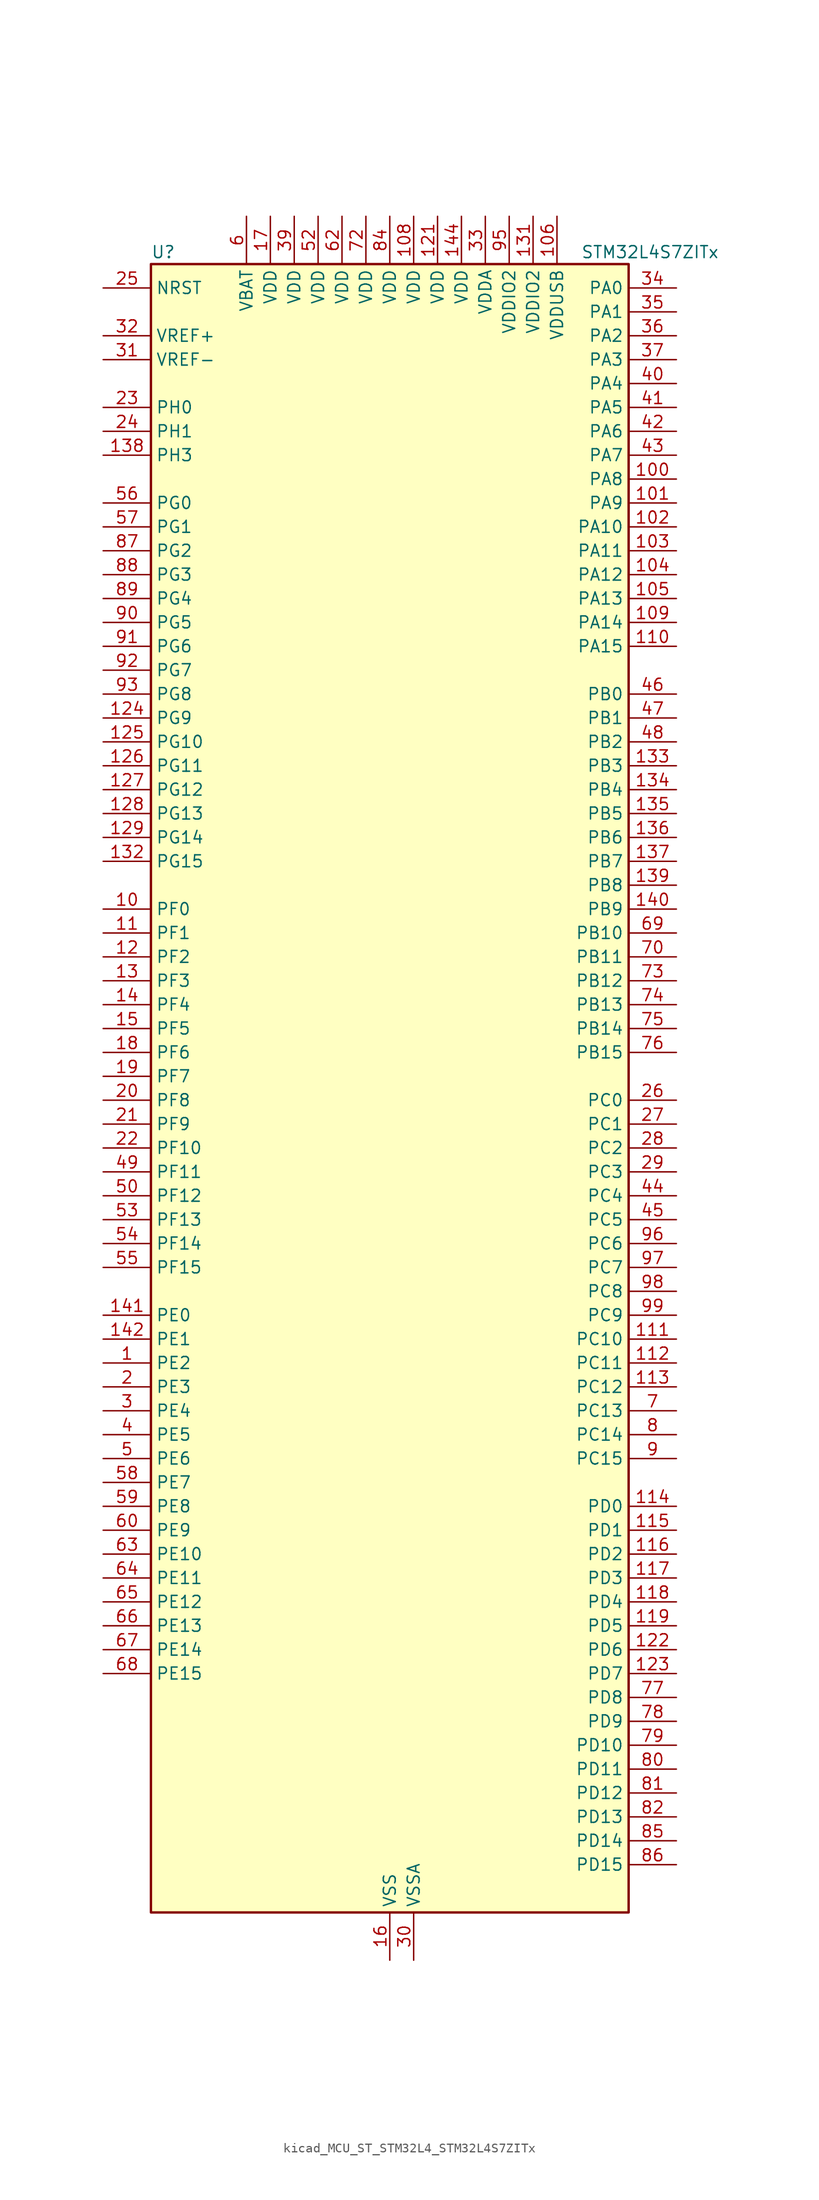
<source format=kicad_sym>
(kicad_symbol_lib
  (version 20220914)
  (generator kicad_symbol_editor)
  (symbol "kicad_MCU_ST_STM32L4_STM32L4S7ZITx"
    (property "Reference" "U"
      (at -25.4 90.17 0)
      (effects (font (size 1.27 1.27)) (justify left)))
    (property "Value" "STM32L4S7ZITx"
      (at 20.32 90.17 0)
      (effects (font (size 1.27 1.27)) (justify left)))
    (property "ki_locked" ""
      (at 0 0 0)
      (effects (font (size 1.27 1.27))))
    (symbol "kicad_MCU_ST_STM32L4_STM32L4S7ZITx_0_1"
      (rectangle (start -25.4 -86.36) (end 25.4 88.9) (stroke (width 0.254) (type default)) (fill (type background))))
    (symbol "kicad_MCU_ST_STM32L4_STM32L4S7ZITx_1_1"
      (pin bidirectional line (at -30.48 -27.94 0) (length 5.08) (name "PE2" (effects (font (size 1.27 1.27)))) (number "1" (effects (font (size 1.27 1.27)))) (alternate "FMC_A23" bidirectional line) (alternate "LTDC_R0" bidirectional line) (alternate "SAI1_CK1" bidirectional line) (alternate "SAI1_MCLK_A" bidirectional line) (alternate "SYS_TRACECLK" bidirectional line) (alternate "TIM3_ETR" bidirectional line) (alternate "TSC_G7_IO1" bidirectional line))
      (pin bidirectional line (at -30.48 20.32 0) (length 5.08) (name "PF0" (effects (font (size 1.27 1.27)))) (number "10" (effects (font (size 1.27 1.27)))) (alternate "FMC_A0" bidirectional line) (alternate "I2C2_SDA" bidirectional line) (alternate "OCTOSPIM_P2_IO0" bidirectional line))
      (pin bidirectional line (at 30.48 66.04 180) (length 5.08) (name "PA8" (effects (font (size 1.27 1.27)))) (number "100" (effects (font (size 1.27 1.27)))) (alternate "LPTIM2_OUT" bidirectional line) (alternate "RCC_MCO" bidirectional line) (alternate "SAI1_CK2" bidirectional line) (alternate "SAI1_SCK_A" bidirectional line) (alternate "TIM1_CH1" bidirectional line) (alternate "USART1_CK" bidirectional line) (alternate "USB_OTG_FS_SOF" bidirectional line))
      (pin bidirectional line (at 30.48 63.5 180) (length 5.08) (name "PA9" (effects (font (size 1.27 1.27)))) (number "101" (effects (font (size 1.27 1.27)))) (alternate "DAC1_EXTI9" bidirectional line) (alternate "DCMI_D0" bidirectional line) (alternate "SAI1_FS_A" bidirectional line) (alternate "SPI2_SCK" bidirectional line) (alternate "TIM15_BKIN" bidirectional line) (alternate "TIM1_CH2" bidirectional line) (alternate "USART1_TX" bidirectional line) (alternate "USB_OTG_FS_VBUS" bidirectional line))
      (pin bidirectional line (at 30.48 60.96 180) (length 5.08) (name "PA10" (effects (font (size 1.27 1.27)))) (number "102" (effects (font (size 1.27 1.27)))) (alternate "DCMI_D1" bidirectional line) (alternate "SAI1_D1" bidirectional line) (alternate "SAI1_SD_A" bidirectional line) (alternate "TIM17_BKIN" bidirectional line) (alternate "TIM1_CH3" bidirectional line) (alternate "USART1_RX" bidirectional line) (alternate "USB_OTG_FS_ID" bidirectional line))
      (pin bidirectional line (at 30.48 58.42 180) (length 5.08) (name "PA11" (effects (font (size 1.27 1.27)))) (number "103" (effects (font (size 1.27 1.27)))) (alternate "ADC1_EXTI11" bidirectional line) (alternate "CAN1_RX" bidirectional line) (alternate "SPI1_MISO" bidirectional line) (alternate "TIM1_BKIN2" bidirectional line) (alternate "TIM1_CH4" bidirectional line) (alternate "USART1_CTS" bidirectional line) (alternate "USART1_NSS" bidirectional line) (alternate "USB_OTG_FS_DM" bidirectional line))
      (pin bidirectional line (at 30.48 55.88 180) (length 5.08) (name "PA12" (effects (font (size 1.27 1.27)))) (number "104" (effects (font (size 1.27 1.27)))) (alternate "CAN1_TX" bidirectional line) (alternate "SPI1_MOSI" bidirectional line) (alternate "TIM1_ETR" bidirectional line) (alternate "USART1_DE" bidirectional line) (alternate "USART1_RTS" bidirectional line) (alternate "USB_OTG_FS_DP" bidirectional line))
      (pin bidirectional line (at 30.48 53.34 180) (length 5.08) (name "PA13" (effects (font (size 1.27 1.27)))) (number "105" (effects (font (size 1.27 1.27)))) (alternate "IR_OUT" bidirectional line) (alternate "SAI1_SD_B" bidirectional line) (alternate "SYS_JTMS-SWDIO" bidirectional line) (alternate "USB_OTG_FS_NOE" bidirectional line))
      (pin power_in line (at 17.78 93.98 270) (length 5.08) (name "VDDUSB" (effects (font (size 1.27 1.27)))) (number "106" (effects (font (size 1.27 1.27)))))
      (pin passive line (at 0 -91.44 90) (length 5.08) hide (name "VSS" (effects (font (size 1.27 1.27)))) (number "107" (effects (font (size 1.27 1.27)))))
      (pin power_in line (at 2.54 93.98 270) (length 5.08) (name "VDD" (effects (font (size 1.27 1.27)))) (number "108" (effects (font (size 1.27 1.27)))))
      (pin bidirectional line (at 30.48 50.8 180) (length 5.08) (name "PA14" (effects (font (size 1.27 1.27)))) (number "109" (effects (font (size 1.27 1.27)))) (alternate "I2C1_SMBA" bidirectional line) (alternate "I2C4_SMBA" bidirectional line) (alternate "LPTIM1_OUT" bidirectional line) (alternate "SAI1_FS_B" bidirectional line) (alternate "SYS_JTCK-SWCLK" bidirectional line) (alternate "USB_OTG_FS_SOF" bidirectional line))
      (pin bidirectional line (at -30.48 17.78 0) (length 5.08) (name "PF1" (effects (font (size 1.27 1.27)))) (number "11" (effects (font (size 1.27 1.27)))) (alternate "FMC_A1" bidirectional line) (alternate "I2C2_SCL" bidirectional line) (alternate "OCTOSPIM_P2_IO1" bidirectional line))
      (pin bidirectional line (at 30.48 48.26 180) (length 5.08) (name "PA15" (effects (font (size 1.27 1.27)))) (number "110" (effects (font (size 1.27 1.27)))) (alternate "ADC1_EXTI15" bidirectional line) (alternate "SAI2_FS_B" bidirectional line) (alternate "SPI1_NSS" bidirectional line) (alternate "SPI3_NSS" bidirectional line) (alternate "SYS_JTDI" bidirectional line) (alternate "TIM2_CH1" bidirectional line) (alternate "TIM2_ETR" bidirectional line) (alternate "TSC_G3_IO1" bidirectional line) (alternate "UART4_DE" bidirectional line) (alternate "UART4_RTS" bidirectional line) (alternate "USART2_RX" bidirectional line) (alternate "USART3_DE" bidirectional line) (alternate "USART3_RTS" bidirectional line))
      (pin bidirectional line (at 30.48 -25.4 180) (length 5.08) (name "PC10" (effects (font (size 1.27 1.27)))) (number "111" (effects (font (size 1.27 1.27)))) (alternate "DCMI_D8" bidirectional line) (alternate "SAI2_SCK_B" bidirectional line) (alternate "SDMMC1_D2" bidirectional line) (alternate "SPI3_SCK" bidirectional line) (alternate "SYS_TRACED1" bidirectional line) (alternate "TSC_G3_IO2" bidirectional line) (alternate "UART4_TX" bidirectional line) (alternate "USART3_TX" bidirectional line))
      (pin bidirectional line (at 30.48 -27.94 180) (length 5.08) (name "PC11" (effects (font (size 1.27 1.27)))) (number "112" (effects (font (size 1.27 1.27)))) (alternate "ADC1_EXTI11" bidirectional line) (alternate "DCMI_D2" bidirectional line) (alternate "DCMI_D4" bidirectional line) (alternate "OCTOSPIM_P1_NCS" bidirectional line) (alternate "SAI2_MCLK_B" bidirectional line) (alternate "SDMMC1_D3" bidirectional line) (alternate "SPI3_MISO" bidirectional line) (alternate "TSC_G3_IO3" bidirectional line) (alternate "UART4_RX" bidirectional line) (alternate "USART3_RX" bidirectional line))
      (pin bidirectional line (at 30.48 -30.48 180) (length 5.08) (name "PC12" (effects (font (size 1.27 1.27)))) (number "113" (effects (font (size 1.27 1.27)))) (alternate "DCMI_D9" bidirectional line) (alternate "SAI2_SD_B" bidirectional line) (alternate "SDMMC1_CK" bidirectional line) (alternate "SPI3_MOSI" bidirectional line) (alternate "SYS_TRACED3" bidirectional line) (alternate "TSC_G3_IO4" bidirectional line) (alternate "UART5_TX" bidirectional line) (alternate "USART3_CK" bidirectional line))
      (pin bidirectional line (at 30.48 -43.18 180) (length 5.08) (name "PD0" (effects (font (size 1.27 1.27)))) (number "114" (effects (font (size 1.27 1.27)))) (alternate "CAN1_RX" bidirectional line) (alternate "DFSDM1_DATIN7" bidirectional line) (alternate "FMC_D2" bidirectional line) (alternate "FMC_DA2" bidirectional line) (alternate "LTDC_B4" bidirectional line) (alternate "SPI2_NSS" bidirectional line))
      (pin bidirectional line (at 30.48 -45.72 180) (length 5.08) (name "PD1" (effects (font (size 1.27 1.27)))) (number "115" (effects (font (size 1.27 1.27)))) (alternate "CAN1_TX" bidirectional line) (alternate "DFSDM1_CKIN7" bidirectional line) (alternate "FMC_D3" bidirectional line) (alternate "FMC_DA3" bidirectional line) (alternate "LTDC_B5" bidirectional line) (alternate "SPI2_SCK" bidirectional line))
      (pin bidirectional line (at 30.48 -48.26 180) (length 5.08) (name "PD2" (effects (font (size 1.27 1.27)))) (number "116" (effects (font (size 1.27 1.27)))) (alternate "DCMI_D11" bidirectional line) (alternate "SDMMC1_CMD" bidirectional line) (alternate "SYS_TRACED2" bidirectional line) (alternate "TIM3_ETR" bidirectional line) (alternate "TSC_SYNC" bidirectional line) (alternate "UART5_RX" bidirectional line) (alternate "USART3_DE" bidirectional line) (alternate "USART3_RTS" bidirectional line))
      (pin bidirectional line (at 30.48 -50.8 180) (length 5.08) (name "PD3" (effects (font (size 1.27 1.27)))) (number "117" (effects (font (size 1.27 1.27)))) (alternate "DCMI_D5" bidirectional line) (alternate "DFSDM1_DATIN0" bidirectional line) (alternate "FMC_CLK" bidirectional line) (alternate "LTDC_CLK" bidirectional line) (alternate "OCTOSPIM_P2_NCS" bidirectional line) (alternate "SPI2_MISO" bidirectional line) (alternate "SPI2_SCK" bidirectional line) (alternate "USART2_CTS" bidirectional line) (alternate "USART2_NSS" bidirectional line))
      (pin bidirectional line (at 30.48 -53.34 180) (length 5.08) (name "PD4" (effects (font (size 1.27 1.27)))) (number "118" (effects (font (size 1.27 1.27)))) (alternate "DFSDM1_CKIN0" bidirectional line) (alternate "FMC_NOE" bidirectional line) (alternate "OCTOSPIM_P1_IO4" bidirectional line) (alternate "SPI2_MOSI" bidirectional line) (alternate "USART2_DE" bidirectional line) (alternate "USART2_RTS" bidirectional line))
      (pin bidirectional line (at 30.48 -55.88 180) (length 5.08) (name "PD5" (effects (font (size 1.27 1.27)))) (number "119" (effects (font (size 1.27 1.27)))) (alternate "FMC_NWE" bidirectional line) (alternate "OCTOSPIM_P1_IO5" bidirectional line) (alternate "USART2_TX" bidirectional line))
      (pin bidirectional line (at -30.48 15.24 0) (length 5.08) (name "PF2" (effects (font (size 1.27 1.27)))) (number "12" (effects (font (size 1.27 1.27)))) (alternate "FMC_A2" bidirectional line) (alternate "I2C2_SMBA" bidirectional line) (alternate "OCTOSPIM_P2_IO2" bidirectional line))
      (pin passive line (at 0 -91.44 90) (length 5.08) hide (name "VSS" (effects (font (size 1.27 1.27)))) (number "120" (effects (font (size 1.27 1.27)))))
      (pin power_in line (at 5.08 93.98 270) (length 5.08) (name "VDD" (effects (font (size 1.27 1.27)))) (number "121" (effects (font (size 1.27 1.27)))))
      (pin bidirectional line (at 30.48 -58.42 180) (length 5.08) (name "PD6" (effects (font (size 1.27 1.27)))) (number "122" (effects (font (size 1.27 1.27)))) (alternate "DCMI_D10" bidirectional line) (alternate "DFSDM1_DATIN1" bidirectional line) (alternate "FMC_NWAIT" bidirectional line) (alternate "LTDC_DE" bidirectional line) (alternate "OCTOSPIM_P1_IO6" bidirectional line) (alternate "SAI1_D1" bidirectional line) (alternate "SAI1_SD_A" bidirectional line) (alternate "SPI3_MOSI" bidirectional line) (alternate "USART2_RX" bidirectional line))
      (pin bidirectional line (at 30.48 -60.96 180) (length 5.08) (name "PD7" (effects (font (size 1.27 1.27)))) (number "123" (effects (font (size 1.27 1.27)))) (alternate "DFSDM1_CKIN1" bidirectional line) (alternate "FMC_NCE" bidirectional line) (alternate "FMC_NE1" bidirectional line) (alternate "OCTOSPIM_P1_IO7" bidirectional line) (alternate "USART2_CK" bidirectional line))
      (pin bidirectional line (at -30.48 40.64 0) (length 5.08) (name "PG9" (effects (font (size 1.27 1.27)))) (number "124" (effects (font (size 1.27 1.27)))) (alternate "DAC1_EXTI9" bidirectional line) (alternate "FMC_NCE" bidirectional line) (alternate "FMC_NE2" bidirectional line) (alternate "OCTOSPIM_P2_IO6" bidirectional line) (alternate "SAI2_SCK_A" bidirectional line) (alternate "SPI3_SCK" bidirectional line) (alternate "TIM15_CH1N" bidirectional line) (alternate "USART1_TX" bidirectional line))
      (pin bidirectional line (at -30.48 38.1 0) (length 5.08) (name "PG10" (effects (font (size 1.27 1.27)))) (number "125" (effects (font (size 1.27 1.27)))) (alternate "FMC_NE3" bidirectional line) (alternate "LPTIM1_IN1" bidirectional line) (alternate "OCTOSPIM_P2_IO7" bidirectional line) (alternate "SAI2_FS_A" bidirectional line) (alternate "SPI3_MISO" bidirectional line) (alternate "TIM15_CH1" bidirectional line) (alternate "USART1_RX" bidirectional line))
      (pin bidirectional line (at -30.48 35.56 0) (length 5.08) (name "PG11" (effects (font (size 1.27 1.27)))) (number "126" (effects (font (size 1.27 1.27)))) (alternate "ADC1_EXTI11" bidirectional line) (alternate "LPTIM1_IN2" bidirectional line) (alternate "OCTOSPIM_P1_IO5" bidirectional line) (alternate "SAI2_MCLK_A" bidirectional line) (alternate "SPI3_MOSI" bidirectional line) (alternate "TIM15_CH2" bidirectional line) (alternate "USART1_CTS" bidirectional line) (alternate "USART1_NSS" bidirectional line))
      (pin bidirectional line (at -30.48 33.02 0) (length 5.08) (name "PG12" (effects (font (size 1.27 1.27)))) (number "127" (effects (font (size 1.27 1.27)))) (alternate "FMC_NE4" bidirectional line) (alternate "LPTIM1_ETR" bidirectional line) (alternate "OCTOSPIM_P2_NCS" bidirectional line) (alternate "SAI2_SD_A" bidirectional line) (alternate "SPI3_NSS" bidirectional line) (alternate "USART1_DE" bidirectional line) (alternate "USART1_RTS" bidirectional line))
      (pin bidirectional line (at -30.48 30.48 0) (length 5.08) (name "PG13" (effects (font (size 1.27 1.27)))) (number "128" (effects (font (size 1.27 1.27)))) (alternate "FMC_A24" bidirectional line) (alternate "I2C1_SDA" bidirectional line) (alternate "LTDC_R0" bidirectional line) (alternate "USART1_CK" bidirectional line))
      (pin bidirectional line (at -30.48 27.94 0) (length 5.08) (name "PG14" (effects (font (size 1.27 1.27)))) (number "129" (effects (font (size 1.27 1.27)))) (alternate "FMC_A25" bidirectional line) (alternate "I2C1_SCL" bidirectional line) (alternate "LTDC_R1" bidirectional line))
      (pin bidirectional line (at -30.48 12.7 0) (length 5.08) (name "PF3" (effects (font (size 1.27 1.27)))) (number "13" (effects (font (size 1.27 1.27)))) (alternate "FMC_A3" bidirectional line) (alternate "OCTOSPIM_P2_IO3" bidirectional line))
      (pin passive line (at 0 -91.44 90) (length 5.08) hide (name "VSS" (effects (font (size 1.27 1.27)))) (number "130" (effects (font (size 1.27 1.27)))))
      (pin power_in line (at 15.24 93.98 270) (length 5.08) (name "VDDIO2" (effects (font (size 1.27 1.27)))) (number "131" (effects (font (size 1.27 1.27)))))
      (pin bidirectional line (at -30.48 25.4 0) (length 5.08) (name "PG15" (effects (font (size 1.27 1.27)))) (number "132" (effects (font (size 1.27 1.27)))) (alternate "ADC1_EXTI15" bidirectional line) (alternate "DCMI_D13" bidirectional line) (alternate "I2C1_SMBA" bidirectional line) (alternate "LPTIM1_OUT" bidirectional line) (alternate "OCTOSPIM_P2_DQS" bidirectional line))
      (pin bidirectional line (at 30.48 35.56 180) (length 5.08) (name "PB3" (effects (font (size 1.27 1.27)))) (number "133" (effects (font (size 1.27 1.27)))) (alternate "COMP2_INM" bidirectional line) (alternate "CRS_SYNC" bidirectional line) (alternate "SAI1_SCK_B" bidirectional line) (alternate "SPI1_SCK" bidirectional line) (alternate "SPI3_SCK" bidirectional line) (alternate "SYS_JTDO-SWO" bidirectional line) (alternate "TIM2_CH2" bidirectional line) (alternate "USART1_DE" bidirectional line) (alternate "USART1_RTS" bidirectional line))
      (pin bidirectional line (at 30.48 33.02 180) (length 5.08) (name "PB4" (effects (font (size 1.27 1.27)))) (number "134" (effects (font (size 1.27 1.27)))) (alternate "COMP2_INP" bidirectional line) (alternate "DCMI_D12" bidirectional line) (alternate "I2C3_SDA" bidirectional line) (alternate "SAI1_MCLK_B" bidirectional line) (alternate "SPI1_MISO" bidirectional line) (alternate "SPI3_MISO" bidirectional line) (alternate "SYS_JTRST" bidirectional line) (alternate "TIM17_BKIN" bidirectional line) (alternate "TIM3_CH1" bidirectional line) (alternate "TSC_G2_IO1" bidirectional line) (alternate "UART5_DE" bidirectional line) (alternate "UART5_RTS" bidirectional line) (alternate "USART1_CTS" bidirectional line) (alternate "USART1_NSS" bidirectional line))
      (pin bidirectional line (at 30.48 30.48 180) (length 5.08) (name "PB5" (effects (font (size 1.27 1.27)))) (number "135" (effects (font (size 1.27 1.27)))) (alternate "COMP2_OUT" bidirectional line) (alternate "DCMI_D10" bidirectional line) (alternate "I2C1_SMBA" bidirectional line) (alternate "LPTIM1_IN1" bidirectional line) (alternate "SAI1_SD_B" bidirectional line) (alternate "SPI1_MOSI" bidirectional line) (alternate "SPI3_MOSI" bidirectional line) (alternate "TIM16_BKIN" bidirectional line) (alternate "TIM3_CH2" bidirectional line) (alternate "TSC_G2_IO2" bidirectional line) (alternate "UART5_CTS" bidirectional line) (alternate "USART1_CK" bidirectional line))
      (pin bidirectional line (at 30.48 27.94 180) (length 5.08) (name "PB6" (effects (font (size 1.27 1.27)))) (number "136" (effects (font (size 1.27 1.27)))) (alternate "COMP2_INP" bidirectional line) (alternate "DCMI_D5" bidirectional line) (alternate "DFSDM1_DATIN5" bidirectional line) (alternate "I2C1_SCL" bidirectional line) (alternate "I2C4_SCL" bidirectional line) (alternate "LPTIM1_ETR" bidirectional line) (alternate "SAI1_FS_B" bidirectional line) (alternate "TIM16_CH1N" bidirectional line) (alternate "TIM4_CH1" bidirectional line) (alternate "TIM8_BKIN2" bidirectional line) (alternate "TSC_G2_IO3" bidirectional line) (alternate "USART1_TX" bidirectional line))
      (pin bidirectional line (at 30.48 25.4 180) (length 5.08) (name "PB7" (effects (font (size 1.27 1.27)))) (number "137" (effects (font (size 1.27 1.27)))) (alternate "COMP2_INM" bidirectional line) (alternate "DCMI_VSYNC" bidirectional line) (alternate "DFSDM1_CKIN5" bidirectional line) (alternate "FMC_NL" bidirectional line) (alternate "I2C1_SDA" bidirectional line) (alternate "I2C4_SDA" bidirectional line) (alternate "LPTIM1_IN2" bidirectional line) (alternate "SYS_PVD_IN" bidirectional line) (alternate "TIM17_CH1N" bidirectional line) (alternate "TIM4_CH2" bidirectional line) (alternate "TIM8_BKIN" bidirectional line) (alternate "TSC_G2_IO4" bidirectional line) (alternate "UART4_CTS" bidirectional line) (alternate "USART1_RX" bidirectional line))
      (pin bidirectional line (at -30.48 68.58 0) (length 5.08) (name "PH3" (effects (font (size 1.27 1.27)))) (number "138" (effects (font (size 1.27 1.27)))))
      (pin bidirectional line (at 30.48 22.86 180) (length 5.08) (name "PB8" (effects (font (size 1.27 1.27)))) (number "139" (effects (font (size 1.27 1.27)))) (alternate "CAN1_RX" bidirectional line) (alternate "DCMI_D6" bidirectional line) (alternate "DFSDM1_CKOUT" bidirectional line) (alternate "DFSDM1_DATIN6" bidirectional line) (alternate "I2C1_SCL" bidirectional line) (alternate "LTDC_B1" bidirectional line) (alternate "SAI1_CK1" bidirectional line) (alternate "SAI1_MCLK_A" bidirectional line) (alternate "SDMMC1_CKIN" bidirectional line) (alternate "SDMMC1_D4" bidirectional line) (alternate "TIM16_CH1" bidirectional line) (alternate "TIM4_CH3" bidirectional line))
      (pin bidirectional line (at -30.48 10.16 0) (length 5.08) (name "PF4" (effects (font (size 1.27 1.27)))) (number "14" (effects (font (size 1.27 1.27)))) (alternate "FMC_A4" bidirectional line) (alternate "OCTOSPIM_P2_CLK" bidirectional line))
      (pin bidirectional line (at 30.48 20.32 180) (length 5.08) (name "PB9" (effects (font (size 1.27 1.27)))) (number "140" (effects (font (size 1.27 1.27)))) (alternate "CAN1_TX" bidirectional line) (alternate "DAC1_EXTI9" bidirectional line) (alternate "DCMI_D7" bidirectional line) (alternate "DFSDM1_CKIN6" bidirectional line) (alternate "I2C1_SDA" bidirectional line) (alternate "IR_OUT" bidirectional line) (alternate "SAI1_D2" bidirectional line) (alternate "SAI1_FS_A" bidirectional line) (alternate "SDMMC1_CDIR" bidirectional line) (alternate "SDMMC1_D5" bidirectional line) (alternate "SPI2_NSS" bidirectional line) (alternate "TIM17_CH1" bidirectional line) (alternate "TIM4_CH4" bidirectional line))
      (pin bidirectional line (at -30.48 -22.86 0) (length 5.08) (name "PE0" (effects (font (size 1.27 1.27)))) (number "141" (effects (font (size 1.27 1.27)))) (alternate "DCMI_D2" bidirectional line) (alternate "FMC_NBL0" bidirectional line) (alternate "LTDC_HSYNC" bidirectional line) (alternate "TIM16_CH1" bidirectional line) (alternate "TIM4_ETR" bidirectional line))
      (pin bidirectional line (at -30.48 -25.4 0) (length 5.08) (name "PE1" (effects (font (size 1.27 1.27)))) (number "142" (effects (font (size 1.27 1.27)))) (alternate "DCMI_D3" bidirectional line) (alternate "FMC_NBL1" bidirectional line) (alternate "LTDC_VSYNC" bidirectional line) (alternate "TIM17_CH1" bidirectional line))
      (pin passive line (at 0 -91.44 90) (length 5.08) hide (name "VSS" (effects (font (size 1.27 1.27)))) (number "143" (effects (font (size 1.27 1.27)))))
      (pin power_in line (at 7.62 93.98 270) (length 5.08) (name "VDD" (effects (font (size 1.27 1.27)))) (number "144" (effects (font (size 1.27 1.27)))))
      (pin bidirectional line (at -30.48 7.62 0) (length 5.08) (name "PF5" (effects (font (size 1.27 1.27)))) (number "15" (effects (font (size 1.27 1.27)))) (alternate "FMC_A5" bidirectional line))
      (pin power_in line (at 0 -91.44 90) (length 5.08) (name "VSS" (effects (font (size 1.27 1.27)))) (number "16" (effects (font (size 1.27 1.27)))))
      (pin power_in line (at -12.7 93.98 270) (length 5.08) (name "VDD" (effects (font (size 1.27 1.27)))) (number "17" (effects (font (size 1.27 1.27)))))
      (pin bidirectional line (at -30.48 5.08 0) (length 5.08) (name "PF6" (effects (font (size 1.27 1.27)))) (number "18" (effects (font (size 1.27 1.27)))) (alternate "OCTOSPIM_P1_IO3" bidirectional line) (alternate "SAI1_SD_B" bidirectional line) (alternate "TIM5_CH1" bidirectional line) (alternate "TIM5_ETR" bidirectional line))
      (pin bidirectional line (at -30.48 2.54 0) (length 5.08) (name "PF7" (effects (font (size 1.27 1.27)))) (number "19" (effects (font (size 1.27 1.27)))) (alternate "OCTOSPIM_P1_IO2" bidirectional line) (alternate "SAI1_MCLK_B" bidirectional line) (alternate "TIM5_CH2" bidirectional line))
      (pin bidirectional line (at -30.48 -30.48 0) (length 5.08) (name "PE3" (effects (font (size 1.27 1.27)))) (number "2" (effects (font (size 1.27 1.27)))) (alternate "FMC_A19" bidirectional line) (alternate "LTDC_R1" bidirectional line) (alternate "OCTOSPIM_P1_DQS" bidirectional line) (alternate "SAI1_SD_B" bidirectional line) (alternate "SYS_TRACED0" bidirectional line) (alternate "TIM3_CH1" bidirectional line) (alternate "TSC_G7_IO2" bidirectional line))
      (pin bidirectional line (at -30.48 0 0) (length 5.08) (name "PF8" (effects (font (size 1.27 1.27)))) (number "20" (effects (font (size 1.27 1.27)))) (alternate "OCTOSPIM_P1_IO0" bidirectional line) (alternate "SAI1_SCK_B" bidirectional line) (alternate "TIM5_CH3" bidirectional line))
      (pin bidirectional line (at -30.48 -2.54 0) (length 5.08) (name "PF9" (effects (font (size 1.27 1.27)))) (number "21" (effects (font (size 1.27 1.27)))) (alternate "DAC1_EXTI9" bidirectional line) (alternate "OCTOSPIM_P1_IO1" bidirectional line) (alternate "SAI1_FS_B" bidirectional line) (alternate "TIM15_CH1" bidirectional line) (alternate "TIM5_CH4" bidirectional line))
      (pin bidirectional line (at -30.48 -5.08 0) (length 5.08) (name "PF10" (effects (font (size 1.27 1.27)))) (number "22" (effects (font (size 1.27 1.27)))) (alternate "DCMI_D11" bidirectional line) (alternate "DFSDM1_CKOUT" bidirectional line) (alternate "OCTOSPIM_P1_CLK" bidirectional line) (alternate "SAI1_D3" bidirectional line) (alternate "TIM15_CH2" bidirectional line))
      (pin bidirectional line (at -30.48 73.66 0) (length 5.08) (name "PH0" (effects (font (size 1.27 1.27)))) (number "23" (effects (font (size 1.27 1.27)))) (alternate "RCC_OSC_IN" bidirectional line))
      (pin bidirectional line (at -30.48 71.12 0) (length 5.08) (name "PH1" (effects (font (size 1.27 1.27)))) (number "24" (effects (font (size 1.27 1.27)))) (alternate "RCC_OSC_OUT" bidirectional line))
      (pin input line (at -30.48 86.36 0) (length 5.08) (name "NRST" (effects (font (size 1.27 1.27)))) (number "25" (effects (font (size 1.27 1.27)))))
      (pin bidirectional line (at 30.48 0 180) (length 5.08) (name "PC0" (effects (font (size 1.27 1.27)))) (number "26" (effects (font (size 1.27 1.27)))) (alternate "ADC1_IN1" bidirectional line) (alternate "DFSDM1_DATIN4" bidirectional line) (alternate "I2C3_SCL" bidirectional line) (alternate "LPTIM1_IN1" bidirectional line) (alternate "LPTIM2_IN1" bidirectional line) (alternate "LPUART1_RX" bidirectional line) (alternate "SAI2_FS_A" bidirectional line))
      (pin bidirectional line (at 30.48 -2.54 180) (length 5.08) (name "PC1" (effects (font (size 1.27 1.27)))) (number "27" (effects (font (size 1.27 1.27)))) (alternate "ADC1_IN2" bidirectional line) (alternate "DFSDM1_CKIN4" bidirectional line) (alternate "I2C3_SDA" bidirectional line) (alternate "LPTIM1_OUT" bidirectional line) (alternate "LPUART1_TX" bidirectional line) (alternate "OCTOSPIM_P1_IO4" bidirectional line) (alternate "SAI1_SD_A" bidirectional line) (alternate "SPI2_MOSI" bidirectional line) (alternate "SYS_TRACED0" bidirectional line))
      (pin bidirectional line (at 30.48 -5.08 180) (length 5.08) (name "PC2" (effects (font (size 1.27 1.27)))) (number "28" (effects (font (size 1.27 1.27)))) (alternate "ADC1_IN3" bidirectional line) (alternate "DFSDM1_CKOUT" bidirectional line) (alternate "LPTIM1_IN2" bidirectional line) (alternate "OCTOSPIM_P1_IO5" bidirectional line) (alternate "SPI2_MISO" bidirectional line))
      (pin bidirectional line (at 30.48 -7.62 180) (length 5.08) (name "PC3" (effects (font (size 1.27 1.27)))) (number "29" (effects (font (size 1.27 1.27)))) (alternate "ADC1_IN4" bidirectional line) (alternate "LPTIM1_ETR" bidirectional line) (alternate "LPTIM2_ETR" bidirectional line) (alternate "OCTOSPIM_P1_IO6" bidirectional line) (alternate "SAI1_D1" bidirectional line) (alternate "SAI1_SD_A" bidirectional line) (alternate "SPI2_MOSI" bidirectional line))
      (pin bidirectional line (at -30.48 -33.02 0) (length 5.08) (name "PE4" (effects (font (size 1.27 1.27)))) (number "3" (effects (font (size 1.27 1.27)))) (alternate "DCMI_D4" bidirectional line) (alternate "DFSDM1_DATIN3" bidirectional line) (alternate "FMC_A20" bidirectional line) (alternate "LTDC_B0" bidirectional line) (alternate "SAI1_D2" bidirectional line) (alternate "SAI1_FS_A" bidirectional line) (alternate "SYS_TRACED1" bidirectional line) (alternate "TIM3_CH2" bidirectional line) (alternate "TSC_G7_IO3" bidirectional line))
      (pin power_in line (at 2.54 -91.44 90) (length 5.08) (name "VSSA" (effects (font (size 1.27 1.27)))) (number "30" (effects (font (size 1.27 1.27)))))
      (pin input line (at -30.48 78.74 0) (length 5.08) (name "VREF-" (effects (font (size 1.27 1.27)))) (number "31" (effects (font (size 1.27 1.27)))))
      (pin input line (at -30.48 81.28 0) (length 5.08) (name "VREF+" (effects (font (size 1.27 1.27)))) (number "32" (effects (font (size 1.27 1.27)))) (alternate "VREFBUF_OUT" bidirectional line))
      (pin power_in line (at 10.16 93.98 270) (length 5.08) (name "VDDA" (effects (font (size 1.27 1.27)))) (number "33" (effects (font (size 1.27 1.27)))))
      (pin bidirectional line (at 30.48 86.36 180) (length 5.08) (name "PA0" (effects (font (size 1.27 1.27)))) (number "34" (effects (font (size 1.27 1.27)))) (alternate "ADC1_IN5" bidirectional line) (alternate "OPAMP1_VINP" bidirectional line) (alternate "RTC_TAMP2" bidirectional line) (alternate "SAI1_EXTCLK" bidirectional line) (alternate "SYS_WKUP1" bidirectional line) (alternate "TIM2_CH1" bidirectional line) (alternate "TIM2_ETR" bidirectional line) (alternate "TIM5_CH1" bidirectional line) (alternate "TIM8_ETR" bidirectional line) (alternate "UART4_TX" bidirectional line) (alternate "USART2_CTS" bidirectional line) (alternate "USART2_NSS" bidirectional line))
      (pin bidirectional line (at 30.48 83.82 180) (length 5.08) (name "PA1" (effects (font (size 1.27 1.27)))) (number "35" (effects (font (size 1.27 1.27)))) (alternate "ADC1_IN6" bidirectional line) (alternate "I2C1_SMBA" bidirectional line) (alternate "OCTOSPIM_P1_DQS" bidirectional line) (alternate "OPAMP1_VINM" bidirectional line) (alternate "SPI1_SCK" bidirectional line) (alternate "TIM15_CH1N" bidirectional line) (alternate "TIM2_CH2" bidirectional line) (alternate "TIM5_CH2" bidirectional line) (alternate "UART4_RX" bidirectional line) (alternate "USART2_DE" bidirectional line) (alternate "USART2_RTS" bidirectional line))
      (pin bidirectional line (at 30.48 81.28 180) (length 5.08) (name "PA2" (effects (font (size 1.27 1.27)))) (number "36" (effects (font (size 1.27 1.27)))) (alternate "ADC1_IN7" bidirectional line) (alternate "LPUART1_TX" bidirectional line) (alternate "OCTOSPIM_P1_NCS" bidirectional line) (alternate "RCC_LSCO" bidirectional line) (alternate "SAI2_EXTCLK" bidirectional line) (alternate "SYS_WKUP4" bidirectional line) (alternate "TIM15_CH1" bidirectional line) (alternate "TIM2_CH3" bidirectional line) (alternate "TIM5_CH3" bidirectional line) (alternate "USART2_TX" bidirectional line))
      (pin bidirectional line (at 30.48 78.74 180) (length 5.08) (name "PA3" (effects (font (size 1.27 1.27)))) (number "37" (effects (font (size 1.27 1.27)))) (alternate "ADC1_IN8" bidirectional line) (alternate "LPUART1_RX" bidirectional line) (alternate "OCTOSPIM_P1_CLK" bidirectional line) (alternate "OPAMP1_VOUT" bidirectional line) (alternate "SAI1_CK1" bidirectional line) (alternate "SAI1_MCLK_A" bidirectional line) (alternate "TIM15_CH2" bidirectional line) (alternate "TIM2_CH4" bidirectional line) (alternate "TIM5_CH4" bidirectional line) (alternate "USART2_RX" bidirectional line))
      (pin passive line (at 0 -91.44 90) (length 5.08) hide (name "VSS" (effects (font (size 1.27 1.27)))) (number "38" (effects (font (size 1.27 1.27)))))
      (pin power_in line (at -10.16 93.98 270) (length 5.08) (name "VDD" (effects (font (size 1.27 1.27)))) (number "39" (effects (font (size 1.27 1.27)))))
      (pin bidirectional line (at -30.48 -35.56 0) (length 5.08) (name "PE5" (effects (font (size 1.27 1.27)))) (number "4" (effects (font (size 1.27 1.27)))) (alternate "DCMI_D6" bidirectional line) (alternate "DFSDM1_CKIN3" bidirectional line) (alternate "FMC_A21" bidirectional line) (alternate "LTDC_G0" bidirectional line) (alternate "SAI1_CK2" bidirectional line) (alternate "SAI1_SCK_A" bidirectional line) (alternate "SYS_TRACED2" bidirectional line) (alternate "TIM3_CH3" bidirectional line) (alternate "TSC_G7_IO4" bidirectional line))
      (pin bidirectional line (at 30.48 76.2 180) (length 5.08) (name "PA4" (effects (font (size 1.27 1.27)))) (number "40" (effects (font (size 1.27 1.27)))) (alternate "ADC1_IN9" bidirectional line) (alternate "DAC1_OUT1" bidirectional line) (alternate "DCMI_HSYNC" bidirectional line) (alternate "LPTIM2_OUT" bidirectional line) (alternate "OCTOSPIM_P1_NCS" bidirectional line) (alternate "SAI1_FS_B" bidirectional line) (alternate "SPI1_NSS" bidirectional line) (alternate "SPI3_NSS" bidirectional line) (alternate "USART2_CK" bidirectional line))
      (pin bidirectional line (at 30.48 73.66 180) (length 5.08) (name "PA5" (effects (font (size 1.27 1.27)))) (number "41" (effects (font (size 1.27 1.27)))) (alternate "ADC1_IN10" bidirectional line) (alternate "DAC1_OUT2" bidirectional line) (alternate "LPTIM2_ETR" bidirectional line) (alternate "SPI1_SCK" bidirectional line) (alternate "TIM2_CH1" bidirectional line) (alternate "TIM2_ETR" bidirectional line) (alternate "TIM8_CH1N" bidirectional line))
      (pin bidirectional line (at 30.48 71.12 180) (length 5.08) (name "PA6" (effects (font (size 1.27 1.27)))) (number "42" (effects (font (size 1.27 1.27)))) (alternate "ADC1_IN11" bidirectional line) (alternate "DCMI_PIXCLK" bidirectional line) (alternate "LPUART1_CTS" bidirectional line) (alternate "OCTOSPIM_P1_IO3" bidirectional line) (alternate "OPAMP2_VINP" bidirectional line) (alternate "SPI1_MISO" bidirectional line) (alternate "TIM16_CH1" bidirectional line) (alternate "TIM1_BKIN" bidirectional line) (alternate "TIM3_CH1" bidirectional line) (alternate "TIM8_BKIN" bidirectional line) (alternate "USART3_CTS" bidirectional line) (alternate "USART3_NSS" bidirectional line))
      (pin bidirectional line (at 30.48 68.58 180) (length 5.08) (name "PA7" (effects (font (size 1.27 1.27)))) (number "43" (effects (font (size 1.27 1.27)))) (alternate "ADC1_IN12" bidirectional line) (alternate "I2C3_SCL" bidirectional line) (alternate "OCTOSPIM_P1_IO2" bidirectional line) (alternate "OPAMP2_VINM" bidirectional line) (alternate "SPI1_MOSI" bidirectional line) (alternate "TIM17_CH1" bidirectional line) (alternate "TIM1_CH1N" bidirectional line) (alternate "TIM3_CH2" bidirectional line) (alternate "TIM8_CH1N" bidirectional line))
      (pin bidirectional line (at 30.48 -10.16 180) (length 5.08) (name "PC4" (effects (font (size 1.27 1.27)))) (number "44" (effects (font (size 1.27 1.27)))) (alternate "ADC1_IN13" bidirectional line) (alternate "COMP1_INM" bidirectional line) (alternate "OCTOSPIM_P1_IO7" bidirectional line) (alternate "USART3_TX" bidirectional line))
      (pin bidirectional line (at 30.48 -12.7 180) (length 5.08) (name "PC5" (effects (font (size 1.27 1.27)))) (number "45" (effects (font (size 1.27 1.27)))) (alternate "ADC1_IN14" bidirectional line) (alternate "COMP1_INP" bidirectional line) (alternate "SAI1_D3" bidirectional line) (alternate "SYS_WKUP5" bidirectional line) (alternate "USART3_RX" bidirectional line))
      (pin bidirectional line (at 30.48 43.18 180) (length 5.08) (name "PB0" (effects (font (size 1.27 1.27)))) (number "46" (effects (font (size 1.27 1.27)))) (alternate "ADC1_IN15" bidirectional line) (alternate "COMP1_OUT" bidirectional line) (alternate "OCTOSPIM_P1_IO1" bidirectional line) (alternate "OPAMP2_VOUT" bidirectional line) (alternate "SAI1_EXTCLK" bidirectional line) (alternate "SPI1_NSS" bidirectional line) (alternate "TIM1_CH2N" bidirectional line) (alternate "TIM3_CH3" bidirectional line) (alternate "TIM8_CH2N" bidirectional line) (alternate "USART3_CK" bidirectional line))
      (pin bidirectional line (at 30.48 40.64 180) (length 5.08) (name "PB1" (effects (font (size 1.27 1.27)))) (number "47" (effects (font (size 1.27 1.27)))) (alternate "ADC1_IN16" bidirectional line) (alternate "COMP1_INM" bidirectional line) (alternate "DFSDM1_DATIN0" bidirectional line) (alternate "LPTIM2_IN1" bidirectional line) (alternate "LPUART1_DE" bidirectional line) (alternate "LPUART1_RTS" bidirectional line) (alternate "OCTOSPIM_P1_IO0" bidirectional line) (alternate "TIM1_CH3N" bidirectional line) (alternate "TIM3_CH4" bidirectional line) (alternate "TIM8_CH3N" bidirectional line) (alternate "USART3_DE" bidirectional line) (alternate "USART3_RTS" bidirectional line))
      (pin bidirectional line (at 30.48 38.1 180) (length 5.08) (name "PB2" (effects (font (size 1.27 1.27)))) (number "48" (effects (font (size 1.27 1.27)))) (alternate "COMP1_INP" bidirectional line) (alternate "DFSDM1_CKIN0" bidirectional line) (alternate "I2C3_SMBA" bidirectional line) (alternate "LPTIM1_OUT" bidirectional line) (alternate "LTDC_B1" bidirectional line) (alternate "OCTOSPIM_P1_DQS" bidirectional line) (alternate "RTC_OUT_ALARM" bidirectional line) (alternate "RTC_OUT_CALIB" bidirectional line))
      (pin bidirectional line (at -30.48 -7.62 0) (length 5.08) (name "PF11" (effects (font (size 1.27 1.27)))) (number "49" (effects (font (size 1.27 1.27)))) (alternate "ADC1_EXTI11" bidirectional line) (alternate "DCMI_D12" bidirectional line) (alternate "LTDC_DE" bidirectional line))
      (pin bidirectional line (at -30.48 -38.1 0) (length 5.08) (name "PE6" (effects (font (size 1.27 1.27)))) (number "5" (effects (font (size 1.27 1.27)))) (alternate "DCMI_D7" bidirectional line) (alternate "FMC_A22" bidirectional line) (alternate "LTDC_G1" bidirectional line) (alternate "RTC_TAMP3" bidirectional line) (alternate "SAI1_D1" bidirectional line) (alternate "SAI1_SD_A" bidirectional line) (alternate "SYS_TRACED3" bidirectional line) (alternate "SYS_WKUP3" bidirectional line) (alternate "TIM3_CH4" bidirectional line))
      (pin bidirectional line (at -30.48 -10.16 0) (length 5.08) (name "PF12" (effects (font (size 1.27 1.27)))) (number "50" (effects (font (size 1.27 1.27)))) (alternate "FMC_A6" bidirectional line) (alternate "LTDC_B0" bidirectional line) (alternate "OCTOSPIM_P2_DQS" bidirectional line))
      (pin passive line (at 0 -91.44 90) (length 5.08) hide (name "VSS" (effects (font (size 1.27 1.27)))) (number "51" (effects (font (size 1.27 1.27)))))
      (pin power_in line (at -7.62 93.98 270) (length 5.08) (name "VDD" (effects (font (size 1.27 1.27)))) (number "52" (effects (font (size 1.27 1.27)))))
      (pin bidirectional line (at -30.48 -12.7 0) (length 5.08) (name "PF13" (effects (font (size 1.27 1.27)))) (number "53" (effects (font (size 1.27 1.27)))) (alternate "DFSDM1_DATIN6" bidirectional line) (alternate "FMC_A7" bidirectional line) (alternate "I2C4_SMBA" bidirectional line) (alternate "LTDC_B1" bidirectional line))
      (pin bidirectional line (at -30.48 -15.24 0) (length 5.08) (name "PF14" (effects (font (size 1.27 1.27)))) (number "54" (effects (font (size 1.27 1.27)))) (alternate "DFSDM1_CKIN6" bidirectional line) (alternate "FMC_A8" bidirectional line) (alternate "I2C4_SCL" bidirectional line) (alternate "LTDC_G0" bidirectional line) (alternate "TSC_G8_IO1" bidirectional line))
      (pin bidirectional line (at -30.48 -17.78 0) (length 5.08) (name "PF15" (effects (font (size 1.27 1.27)))) (number "55" (effects (font (size 1.27 1.27)))) (alternate "ADC1_EXTI15" bidirectional line) (alternate "FMC_A9" bidirectional line) (alternate "I2C4_SDA" bidirectional line) (alternate "LTDC_G1" bidirectional line) (alternate "TSC_G8_IO2" bidirectional line))
      (pin bidirectional line (at -30.48 63.5 0) (length 5.08) (name "PG0" (effects (font (size 1.27 1.27)))) (number "56" (effects (font (size 1.27 1.27)))) (alternate "FMC_A10" bidirectional line) (alternate "OCTOSPIM_P2_IO4" bidirectional line) (alternate "TSC_G8_IO3" bidirectional line))
      (pin bidirectional line (at -30.48 60.96 0) (length 5.08) (name "PG1" (effects (font (size 1.27 1.27)))) (number "57" (effects (font (size 1.27 1.27)))) (alternate "FMC_A11" bidirectional line) (alternate "OCTOSPIM_P2_IO5" bidirectional line) (alternate "TSC_G8_IO4" bidirectional line))
      (pin bidirectional line (at -30.48 -40.64 0) (length 5.08) (name "PE7" (effects (font (size 1.27 1.27)))) (number "58" (effects (font (size 1.27 1.27)))) (alternate "DFSDM1_DATIN2" bidirectional line) (alternate "FMC_D4" bidirectional line) (alternate "FMC_DA4" bidirectional line) (alternate "LTDC_B6" bidirectional line) (alternate "SAI1_SD_B" bidirectional line) (alternate "TIM1_ETR" bidirectional line))
      (pin bidirectional line (at -30.48 -43.18 0) (length 5.08) (name "PE8" (effects (font (size 1.27 1.27)))) (number "59" (effects (font (size 1.27 1.27)))) (alternate "DFSDM1_CKIN2" bidirectional line) (alternate "FMC_D5" bidirectional line) (alternate "FMC_DA5" bidirectional line) (alternate "LTDC_B7" bidirectional line) (alternate "SAI1_SCK_B" bidirectional line) (alternate "TIM1_CH1N" bidirectional line))
      (pin power_in line (at -15.24 93.98 270) (length 5.08) (name "VBAT" (effects (font (size 1.27 1.27)))) (number "6" (effects (font (size 1.27 1.27)))))
      (pin bidirectional line (at -30.48 -45.72 0) (length 5.08) (name "PE9" (effects (font (size 1.27 1.27)))) (number "60" (effects (font (size 1.27 1.27)))) (alternate "DAC1_EXTI9" bidirectional line) (alternate "DFSDM1_CKOUT" bidirectional line) (alternate "FMC_D6" bidirectional line) (alternate "FMC_DA6" bidirectional line) (alternate "LTDC_G2" bidirectional line) (alternate "SAI1_FS_B" bidirectional line) (alternate "TIM1_CH1" bidirectional line))
      (pin passive line (at 0 -91.44 90) (length 5.08) hide (name "VSS" (effects (font (size 1.27 1.27)))) (number "61" (effects (font (size 1.27 1.27)))))
      (pin power_in line (at -5.08 93.98 270) (length 5.08) (name "VDD" (effects (font (size 1.27 1.27)))) (number "62" (effects (font (size 1.27 1.27)))))
      (pin bidirectional line (at -30.48 -48.26 0) (length 5.08) (name "PE10" (effects (font (size 1.27 1.27)))) (number "63" (effects (font (size 1.27 1.27)))) (alternate "DFSDM1_DATIN4" bidirectional line) (alternate "FMC_D7" bidirectional line) (alternate "FMC_DA7" bidirectional line) (alternate "LTDC_G3" bidirectional line) (alternate "OCTOSPIM_P1_CLK" bidirectional line) (alternate "SAI1_MCLK_B" bidirectional line) (alternate "TIM1_CH2N" bidirectional line) (alternate "TSC_G5_IO1" bidirectional line))
      (pin bidirectional line (at -30.48 -50.8 0) (length 5.08) (name "PE11" (effects (font (size 1.27 1.27)))) (number "64" (effects (font (size 1.27 1.27)))) (alternate "ADC1_EXTI11" bidirectional line) (alternate "DFSDM1_CKIN4" bidirectional line) (alternate "FMC_D8" bidirectional line) (alternate "FMC_DA8" bidirectional line) (alternate "LTDC_G4" bidirectional line) (alternate "OCTOSPIM_P1_NCS" bidirectional line) (alternate "TIM1_CH2" bidirectional line) (alternate "TSC_G5_IO2" bidirectional line))
      (pin bidirectional line (at -30.48 -53.34 0) (length 5.08) (name "PE12" (effects (font (size 1.27 1.27)))) (number "65" (effects (font (size 1.27 1.27)))) (alternate "DFSDM1_DATIN5" bidirectional line) (alternate "FMC_D9" bidirectional line) (alternate "FMC_DA9" bidirectional line) (alternate "LTDC_G5" bidirectional line) (alternate "OCTOSPIM_P1_IO0" bidirectional line) (alternate "SPI1_NSS" bidirectional line) (alternate "TIM1_CH3N" bidirectional line) (alternate "TSC_G5_IO3" bidirectional line))
      (pin bidirectional line (at -30.48 -55.88 0) (length 5.08) (name "PE13" (effects (font (size 1.27 1.27)))) (number "66" (effects (font (size 1.27 1.27)))) (alternate "DFSDM1_CKIN5" bidirectional line) (alternate "FMC_D10" bidirectional line) (alternate "FMC_DA10" bidirectional line) (alternate "LTDC_G6" bidirectional line) (alternate "OCTOSPIM_P1_IO1" bidirectional line) (alternate "SPI1_SCK" bidirectional line) (alternate "TIM1_CH3" bidirectional line) (alternate "TSC_G5_IO4" bidirectional line))
      (pin bidirectional line (at -30.48 -58.42 0) (length 5.08) (name "PE14" (effects (font (size 1.27 1.27)))) (number "67" (effects (font (size 1.27 1.27)))) (alternate "FMC_D11" bidirectional line) (alternate "FMC_DA11" bidirectional line) (alternate "LTDC_G7" bidirectional line) (alternate "OCTOSPIM_P1_IO2" bidirectional line) (alternate "SPI1_MISO" bidirectional line) (alternate "TIM1_BKIN2" bidirectional line) (alternate "TIM1_CH4" bidirectional line))
      (pin bidirectional line (at -30.48 -60.96 0) (length 5.08) (name "PE15" (effects (font (size 1.27 1.27)))) (number "68" (effects (font (size 1.27 1.27)))) (alternate "ADC1_EXTI15" bidirectional line) (alternate "FMC_D12" bidirectional line) (alternate "FMC_DA12" bidirectional line) (alternate "LTDC_R2" bidirectional line) (alternate "OCTOSPIM_P1_IO3" bidirectional line) (alternate "SPI1_MOSI" bidirectional line) (alternate "TIM1_BKIN" bidirectional line))
      (pin bidirectional line (at 30.48 17.78 180) (length 5.08) (name "PB10" (effects (font (size 1.27 1.27)))) (number "69" (effects (font (size 1.27 1.27)))) (alternate "COMP1_OUT" bidirectional line) (alternate "DFSDM1_DATIN7" bidirectional line) (alternate "I2C2_SCL" bidirectional line) (alternate "I2C4_SCL" bidirectional line) (alternate "LPUART1_RX" bidirectional line) (alternate "OCTOSPIM_P1_CLK" bidirectional line) (alternate "SAI1_SCK_A" bidirectional line) (alternate "SPI2_SCK" bidirectional line) (alternate "TIM2_CH3" bidirectional line) (alternate "TSC_SYNC" bidirectional line) (alternate "USART3_TX" bidirectional line))
      (pin bidirectional line (at 30.48 -33.02 180) (length 5.08) (name "PC13" (effects (font (size 1.27 1.27)))) (number "7" (effects (font (size 1.27 1.27)))) (alternate "RTC_OUT_ALARM" bidirectional line) (alternate "RTC_OUT_CALIB" bidirectional line) (alternate "RTC_TAMP1" bidirectional line) (alternate "RTC_TS" bidirectional line) (alternate "SYS_WKUP2" bidirectional line))
      (pin bidirectional line (at 30.48 15.24 180) (length 5.08) (name "PB11" (effects (font (size 1.27 1.27)))) (number "70" (effects (font (size 1.27 1.27)))) (alternate "ADC1_EXTI11" bidirectional line) (alternate "COMP2_OUT" bidirectional line) (alternate "DFSDM1_CKIN7" bidirectional line) (alternate "I2C2_SDA" bidirectional line) (alternate "I2C4_SDA" bidirectional line) (alternate "LPUART1_TX" bidirectional line) (alternate "OCTOSPIM_P1_NCS" bidirectional line) (alternate "TIM2_CH4" bidirectional line) (alternate "USART3_RX" bidirectional line))
      (pin passive line (at 0 -91.44 90) (length 5.08) hide (name "VSS" (effects (font (size 1.27 1.27)))) (number "71" (effects (font (size 1.27 1.27)))))
      (pin power_in line (at -2.54 93.98 270) (length 5.08) (name "VDD" (effects (font (size 1.27 1.27)))) (number "72" (effects (font (size 1.27 1.27)))))
      (pin bidirectional line (at 30.48 12.7 180) (length 5.08) (name "PB12" (effects (font (size 1.27 1.27)))) (number "73" (effects (font (size 1.27 1.27)))) (alternate "DFSDM1_DATIN1" bidirectional line) (alternate "I2C2_SMBA" bidirectional line) (alternate "LPUART1_DE" bidirectional line) (alternate "LPUART1_RTS" bidirectional line) (alternate "SAI2_FS_A" bidirectional line) (alternate "SPI2_NSS" bidirectional line) (alternate "TIM15_BKIN" bidirectional line) (alternate "TIM1_BKIN" bidirectional line) (alternate "TSC_G1_IO1" bidirectional line) (alternate "USART3_CK" bidirectional line))
      (pin bidirectional line (at 30.48 10.16 180) (length 5.08) (name "PB13" (effects (font (size 1.27 1.27)))) (number "74" (effects (font (size 1.27 1.27)))) (alternate "DFSDM1_CKIN1" bidirectional line) (alternate "I2C2_SCL" bidirectional line) (alternate "LPUART1_CTS" bidirectional line) (alternate "SAI2_SCK_A" bidirectional line) (alternate "SPI2_SCK" bidirectional line) (alternate "TIM15_CH1N" bidirectional line) (alternate "TIM1_CH1N" bidirectional line) (alternate "TSC_G1_IO2" bidirectional line) (alternate "USART3_CTS" bidirectional line) (alternate "USART3_NSS" bidirectional line))
      (pin bidirectional line (at 30.48 7.62 180) (length 5.08) (name "PB14" (effects (font (size 1.27 1.27)))) (number "75" (effects (font (size 1.27 1.27)))) (alternate "DFSDM1_DATIN2" bidirectional line) (alternate "I2C2_SDA" bidirectional line) (alternate "SAI2_MCLK_A" bidirectional line) (alternate "SPI2_MISO" bidirectional line) (alternate "TIM15_CH1" bidirectional line) (alternate "TIM1_CH2N" bidirectional line) (alternate "TIM8_CH2N" bidirectional line) (alternate "TSC_G1_IO3" bidirectional line) (alternate "USART3_DE" bidirectional line) (alternate "USART3_RTS" bidirectional line))
      (pin bidirectional line (at 30.48 5.08 180) (length 5.08) (name "PB15" (effects (font (size 1.27 1.27)))) (number "76" (effects (font (size 1.27 1.27)))) (alternate "ADC1_EXTI15" bidirectional line) (alternate "DFSDM1_CKIN2" bidirectional line) (alternate "RTC_REFIN" bidirectional line) (alternate "SAI2_SD_A" bidirectional line) (alternate "SPI2_MOSI" bidirectional line) (alternate "TIM15_CH2" bidirectional line) (alternate "TIM1_CH3N" bidirectional line) (alternate "TIM8_CH3N" bidirectional line) (alternate "TSC_G1_IO4" bidirectional line))
      (pin bidirectional line (at 30.48 -63.5 180) (length 5.08) (name "PD8" (effects (font (size 1.27 1.27)))) (number "77" (effects (font (size 1.27 1.27)))) (alternate "DCMI_HSYNC" bidirectional line) (alternate "FMC_D13" bidirectional line) (alternate "FMC_DA13" bidirectional line) (alternate "LTDC_R3" bidirectional line) (alternate "USART3_TX" bidirectional line))
      (pin bidirectional line (at 30.48 -66.04 180) (length 5.08) (name "PD9" (effects (font (size 1.27 1.27)))) (number "78" (effects (font (size 1.27 1.27)))) (alternate "DAC1_EXTI9" bidirectional line) (alternate "DCMI_PIXCLK" bidirectional line) (alternate "FMC_D14" bidirectional line) (alternate "FMC_DA14" bidirectional line) (alternate "LTDC_R4" bidirectional line) (alternate "SAI2_MCLK_A" bidirectional line) (alternate "USART3_RX" bidirectional line))
      (pin bidirectional line (at 30.48 -68.58 180) (length 5.08) (name "PD10" (effects (font (size 1.27 1.27)))) (number "79" (effects (font (size 1.27 1.27)))) (alternate "FMC_D15" bidirectional line) (alternate "FMC_DA15" bidirectional line) (alternate "LTDC_R5" bidirectional line) (alternate "SAI2_SCK_A" bidirectional line) (alternate "TSC_G6_IO1" bidirectional line) (alternate "USART3_CK" bidirectional line))
      (pin bidirectional line (at 30.48 -35.56 180) (length 5.08) (name "PC14" (effects (font (size 1.27 1.27)))) (number "8" (effects (font (size 1.27 1.27)))) (alternate "RCC_OSC32_IN" bidirectional line))
      (pin bidirectional line (at 30.48 -71.12 180) (length 5.08) (name "PD11" (effects (font (size 1.27 1.27)))) (number "80" (effects (font (size 1.27 1.27)))) (alternate "ADC1_EXTI11" bidirectional line) (alternate "FMC_A16" bidirectional line) (alternate "FMC_CLE" bidirectional line) (alternate "I2C4_SMBA" bidirectional line) (alternate "LPTIM2_ETR" bidirectional line) (alternate "LTDC_R6" bidirectional line) (alternate "SAI2_SD_A" bidirectional line) (alternate "TSC_G6_IO2" bidirectional line) (alternate "USART3_CTS" bidirectional line) (alternate "USART3_NSS" bidirectional line))
      (pin bidirectional line (at 30.48 -73.66 180) (length 5.08) (name "PD12" (effects (font (size 1.27 1.27)))) (number "81" (effects (font (size 1.27 1.27)))) (alternate "FMC_A17" bidirectional line) (alternate "FMC_ALE" bidirectional line) (alternate "I2C4_SCL" bidirectional line) (alternate "LPTIM2_IN1" bidirectional line) (alternate "LTDC_R7" bidirectional line) (alternate "SAI2_FS_A" bidirectional line) (alternate "TIM4_CH1" bidirectional line) (alternate "TSC_G6_IO3" bidirectional line) (alternate "USART3_DE" bidirectional line) (alternate "USART3_RTS" bidirectional line))
      (pin bidirectional line (at 30.48 -76.2 180) (length 5.08) (name "PD13" (effects (font (size 1.27 1.27)))) (number "82" (effects (font (size 1.27 1.27)))) (alternate "FMC_A18" bidirectional line) (alternate "I2C4_SDA" bidirectional line) (alternate "LPTIM2_OUT" bidirectional line) (alternate "TIM4_CH2" bidirectional line) (alternate "TSC_G6_IO4" bidirectional line))
      (pin passive line (at 0 -91.44 90) (length 5.08) hide (name "VSS" (effects (font (size 1.27 1.27)))) (number "83" (effects (font (size 1.27 1.27)))))
      (pin power_in line (at 0 93.98 270) (length 5.08) (name "VDD" (effects (font (size 1.27 1.27)))) (number "84" (effects (font (size 1.27 1.27)))))
      (pin bidirectional line (at 30.48 -78.74 180) (length 5.08) (name "PD14" (effects (font (size 1.27 1.27)))) (number "85" (effects (font (size 1.27 1.27)))) (alternate "FMC_D0" bidirectional line) (alternate "FMC_DA0" bidirectional line) (alternate "LTDC_B2" bidirectional line) (alternate "TIM4_CH3" bidirectional line))
      (pin bidirectional line (at 30.48 -81.28 180) (length 5.08) (name "PD15" (effects (font (size 1.27 1.27)))) (number "86" (effects (font (size 1.27 1.27)))) (alternate "ADC1_EXTI15" bidirectional line) (alternate "FMC_D1" bidirectional line) (alternate "FMC_DA1" bidirectional line) (alternate "LTDC_B3" bidirectional line) (alternate "TIM4_CH4" bidirectional line))
      (pin bidirectional line (at -30.48 58.42 0) (length 5.08) (name "PG2" (effects (font (size 1.27 1.27)))) (number "87" (effects (font (size 1.27 1.27)))) (alternate "FMC_A12" bidirectional line) (alternate "SAI2_SCK_B" bidirectional line) (alternate "SPI1_SCK" bidirectional line))
      (pin bidirectional line (at -30.48 55.88 0) (length 5.08) (name "PG3" (effects (font (size 1.27 1.27)))) (number "88" (effects (font (size 1.27 1.27)))) (alternate "FMC_A13" bidirectional line) (alternate "SAI2_FS_B" bidirectional line) (alternate "SPI1_MISO" bidirectional line))
      (pin bidirectional line (at -30.48 53.34 0) (length 5.08) (name "PG4" (effects (font (size 1.27 1.27)))) (number "89" (effects (font (size 1.27 1.27)))) (alternate "FMC_A14" bidirectional line) (alternate "SAI2_MCLK_B" bidirectional line) (alternate "SPI1_MOSI" bidirectional line))
      (pin bidirectional line (at 30.48 -38.1 180) (length 5.08) (name "PC15" (effects (font (size 1.27 1.27)))) (number "9" (effects (font (size 1.27 1.27)))) (alternate "ADC1_EXTI15" bidirectional line) (alternate "RCC_OSC32_OUT" bidirectional line))
      (pin bidirectional line (at -30.48 50.8 0) (length 5.08) (name "PG5" (effects (font (size 1.27 1.27)))) (number "90" (effects (font (size 1.27 1.27)))) (alternate "FMC_A15" bidirectional line) (alternate "LPUART1_CTS" bidirectional line) (alternate "SAI2_SD_B" bidirectional line) (alternate "SPI1_NSS" bidirectional line))
      (pin bidirectional line (at -30.48 48.26 0) (length 5.08) (name "PG6" (effects (font (size 1.27 1.27)))) (number "91" (effects (font (size 1.27 1.27)))) (alternate "I2C3_SMBA" bidirectional line) (alternate "LPUART1_DE" bidirectional line) (alternate "LPUART1_RTS" bidirectional line) (alternate "LTDC_R1" bidirectional line) (alternate "OCTOSPIM_P1_DQS" bidirectional line))
      (pin bidirectional line (at -30.48 45.72 0) (length 5.08) (name "PG7" (effects (font (size 1.27 1.27)))) (number "92" (effects (font (size 1.27 1.27)))) (alternate "DFSDM1_CKOUT" bidirectional line) (alternate "FMC_INT" bidirectional line) (alternate "I2C3_SCL" bidirectional line) (alternate "LPUART1_TX" bidirectional line) (alternate "OCTOSPIM_P2_DQS" bidirectional line) (alternate "SAI1_CK1" bidirectional line) (alternate "SAI1_MCLK_A" bidirectional line))
      (pin bidirectional line (at -30.48 43.18 0) (length 5.08) (name "PG8" (effects (font (size 1.27 1.27)))) (number "93" (effects (font (size 1.27 1.27)))) (alternate "I2C3_SDA" bidirectional line) (alternate "LPUART1_RX" bidirectional line))
      (pin passive line (at 0 -91.44 90) (length 5.08) hide (name "VSS" (effects (font (size 1.27 1.27)))) (number "94" (effects (font (size 1.27 1.27)))))
      (pin power_in line (at 12.7 93.98 270) (length 5.08) (name "VDDIO2" (effects (font (size 1.27 1.27)))) (number "95" (effects (font (size 1.27 1.27)))))
      (pin bidirectional line (at 30.48 -15.24 180) (length 5.08) (name "PC6" (effects (font (size 1.27 1.27)))) (number "96" (effects (font (size 1.27 1.27)))) (alternate "DCMI_D0" bidirectional line) (alternate "DFSDM1_CKIN3" bidirectional line) (alternate "LTDC_R0" bidirectional line) (alternate "SAI2_MCLK_A" bidirectional line) (alternate "SDMMC1_D0DIR" bidirectional line) (alternate "SDMMC1_D6" bidirectional line) (alternate "TIM3_CH1" bidirectional line) (alternate "TIM8_CH1" bidirectional line) (alternate "TSC_G4_IO1" bidirectional line))
      (pin bidirectional line (at 30.48 -17.78 180) (length 5.08) (name "PC7" (effects (font (size 1.27 1.27)))) (number "97" (effects (font (size 1.27 1.27)))) (alternate "DCMI_D1" bidirectional line) (alternate "DFSDM1_DATIN3" bidirectional line) (alternate "LTDC_R1" bidirectional line) (alternate "SAI2_MCLK_B" bidirectional line) (alternate "SDMMC1_D123DIR" bidirectional line) (alternate "SDMMC1_D7" bidirectional line) (alternate "TIM3_CH2" bidirectional line) (alternate "TIM8_CH2" bidirectional line) (alternate "TSC_G4_IO2" bidirectional line))
      (pin bidirectional line (at 30.48 -20.32 180) (length 5.08) (name "PC8" (effects (font (size 1.27 1.27)))) (number "98" (effects (font (size 1.27 1.27)))) (alternate "DCMI_D2" bidirectional line) (alternate "SDMMC1_D0" bidirectional line) (alternate "TIM3_CH3" bidirectional line) (alternate "TIM8_CH3" bidirectional line) (alternate "TSC_G4_IO3" bidirectional line))
      (pin bidirectional line (at 30.48 -22.86 180) (length 5.08) (name "PC9" (effects (font (size 1.27 1.27)))) (number "99" (effects (font (size 1.27 1.27)))) (alternate "DAC1_EXTI9" bidirectional line) (alternate "DCMI_D3" bidirectional line) (alternate "I2C3_SDA" bidirectional line) (alternate "SAI2_EXTCLK" bidirectional line) (alternate "SDMMC1_D1" bidirectional line) (alternate "SYS_TRACED0" bidirectional line) (alternate "TIM3_CH4" bidirectional line) (alternate "TIM8_BKIN2" bidirectional line) (alternate "TIM8_CH4" bidirectional line) (alternate "TSC_G4_IO4" bidirectional line) (alternate "USB_OTG_FS_NOE" bidirectional line)))))
</source>
